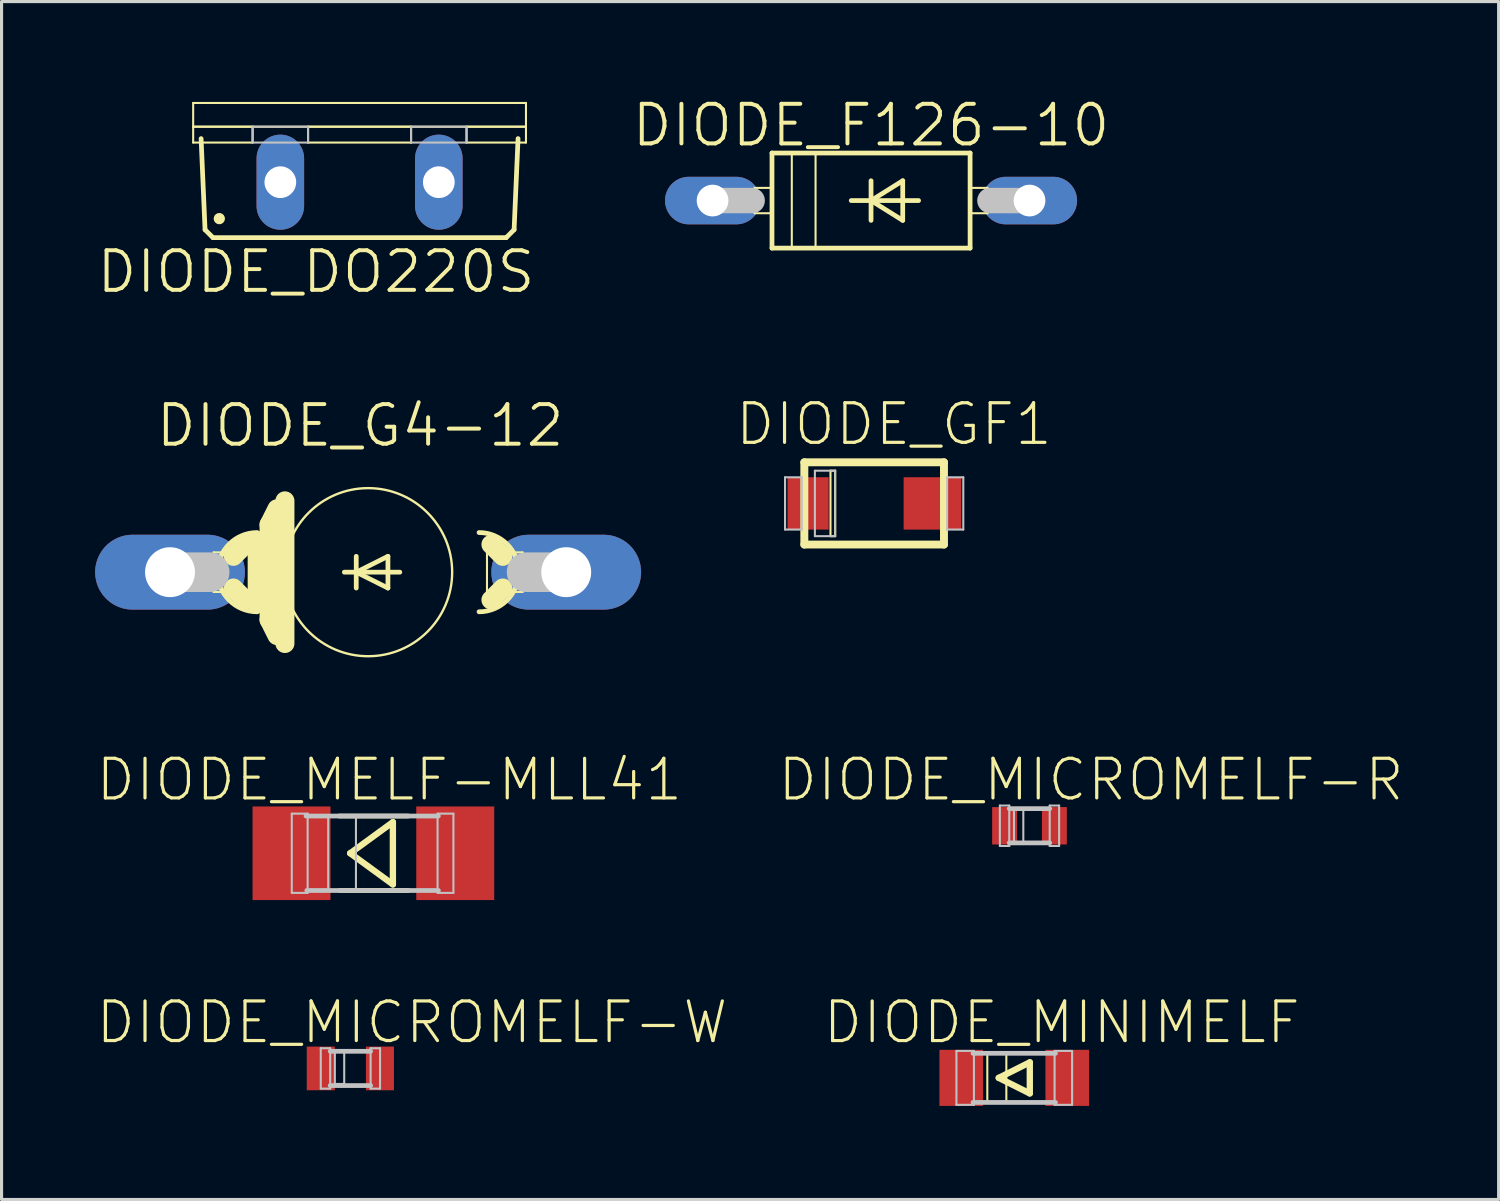
<source format=kicad_pcb>
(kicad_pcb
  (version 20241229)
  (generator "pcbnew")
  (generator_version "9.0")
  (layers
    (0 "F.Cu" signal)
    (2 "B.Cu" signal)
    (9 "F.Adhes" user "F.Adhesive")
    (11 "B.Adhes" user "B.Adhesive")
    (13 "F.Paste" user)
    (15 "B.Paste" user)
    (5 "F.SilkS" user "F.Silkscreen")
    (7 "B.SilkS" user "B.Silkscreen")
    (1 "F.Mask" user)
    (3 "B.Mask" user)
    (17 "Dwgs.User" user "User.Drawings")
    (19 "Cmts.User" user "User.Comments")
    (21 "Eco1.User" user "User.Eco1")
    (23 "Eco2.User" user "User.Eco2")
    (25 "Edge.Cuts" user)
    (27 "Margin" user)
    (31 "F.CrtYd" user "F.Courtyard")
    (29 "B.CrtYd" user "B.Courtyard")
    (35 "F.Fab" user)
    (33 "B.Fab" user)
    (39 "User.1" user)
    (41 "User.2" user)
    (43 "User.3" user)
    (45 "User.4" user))
  (footprint "DIODE_MICROMELF-R"
    (layer "F.Cu")
    (at 29.95 23.42)
    (property "Reference" "DIODE_MICROMELF-R" (at 1.974 -1.476 0) (layer "F.SilkS") (effects (font (size 1.27 1.27) (thickness 0.102))))
    (attr smd)
    (fp_line (start -0.95 -0.648) (end -0.648 -0.648) (stroke (width 0.066) (type solid)) (layer "Dwgs.User"))
    (fp_line (start -0.95 0.648) (end -0.95 -0.648) (stroke (width 0.066) (type solid)) (layer "Dwgs.User"))
    (fp_line (start -0.95 0.648) (end -0.648 0.648) (stroke (width 0.066) (type solid)) (layer "Dwgs.User"))
    (fp_line (start -0.648 -0.549) (end 0.648 -0.549) (stroke (width 0.152) (type solid)) (layer "Dwgs.User"))
    (fp_line (start -0.648 0.549) (end 0.648 0.549) (stroke (width 0.152) (type solid)) (layer "Dwgs.User"))
    (fp_line (start -0.648 0.648) (end -0.648 -0.648) (stroke (width 0.066) (type solid)) (layer "Dwgs.User"))
    (fp_line (start -0.498 -0.549) (end -0.198 -0.549) (stroke (width 0.066) (type solid)) (layer "Dwgs.User"))
    (fp_line (start -0.498 0.549) (end -0.498 -0.549) (stroke (width 0.066) (type solid)) (layer "Dwgs.User"))
    (fp_line (start -0.498 0.549) (end -0.198 0.549) (stroke (width 0.066) (type solid)) (layer "Dwgs.User"))
    (fp_line (start -0.198 0.549) (end -0.198 -0.549) (stroke (width 0.066) (type solid)) (layer "Dwgs.User"))
    (fp_line (start 0.648 -0.648) (end 0.95 -0.648) (stroke (width 0.066) (type solid)) (layer "Dwgs.User"))
    (fp_line (start 0.648 0.648) (end 0.648 -0.648) (stroke (width 0.066) (type solid)) (layer "Dwgs.User"))
    (fp_line (start 0.648 0.648) (end 0.95 0.648) (stroke (width 0.066) (type solid)) (layer "Dwgs.User"))
    (fp_line (start 0.95 0.648) (end 0.95 -0.648) (stroke (width 0.066) (type solid)) (layer "Dwgs.User"))
    (pad "A" smd rect (at 0.798 0) (size 0.798 1.199) (layers "F.Cu" "F.Mask" "F.Paste"))
    (pad "C" smd rect (at -0.798 0) (size 0.798 1.199) (layers "F.Cu" "F.Mask" "F.Paste")))
  (footprint "DIODE_F126-10"
    (layer "F.Cu")
    (at 24.871 3.379)
    (property "Reference" "DIODE_F126-10" (at 0 -2.413 0) (layer "F.SilkS") (effects (font (size 1.27 1.27) (thickness 0.127))))
    (attr exclude_from_pos_files exclude_from_bom)
    (fp_line (start -3.734 -0.406) (end -3.175 -0.406) (stroke (width 0.066) (type solid)) (layer "F.SilkS"))
    (fp_line (start -3.734 0.406) (end -3.734 -0.406) (stroke (width 0.066) (type solid)) (layer "F.SilkS"))
    (fp_line (start -3.734 0.406) (end -3.175 0.406) (stroke (width 0.066) (type solid)) (layer "F.SilkS"))
    (fp_line (start -3.175 -1.524) (end -3.175 1.524) (stroke (width 0.152) (type solid)) (layer "F.SilkS"))
    (fp_line (start -3.175 0.406) (end -3.175 -0.406) (stroke (width 0.066) (type solid)) (layer "F.SilkS"))
    (fp_line (start -3.175 1.524) (end 3.175 1.524) (stroke (width 0.152) (type solid)) (layer "F.SilkS"))
    (fp_line (start -2.54 -1.524) (end -1.778 -1.524) (stroke (width 0.066) (type solid)) (layer "F.SilkS"))
    (fp_line (start -2.54 1.524) (end -2.54 -1.524) (stroke (width 0.066) (type solid)) (layer "F.SilkS"))
    (fp_line (start -2.54 1.524) (end -1.778 1.524) (stroke (width 0.066) (type solid)) (layer "F.SilkS"))
    (fp_line (start -1.778 1.524) (end -1.778 -1.524) (stroke (width 0.066) (type solid)) (layer "F.SilkS"))
    (fp_line (start -0.635 0) (end 0 0) (stroke (width 0.152) (type solid)) (layer "F.SilkS"))
    (fp_line (start 0 -0.635) (end 0 0) (stroke (width 0.152) (type solid)) (layer "F.SilkS"))
    (fp_line (start 0 0) (end 0 0.635) (stroke (width 0.152) (type solid)) (layer "F.SilkS"))
    (fp_line (start 0 0) (end 1.016 -0.635) (stroke (width 0.152) (type solid)) (layer "F.SilkS"))
    (fp_line (start 0 0) (end 1.524 0) (stroke (width 0.152) (type solid)) (layer "F.SilkS"))
    (fp_line (start 1.016 -0.635) (end 1.016 0.635) (stroke (width 0.152) (type solid)) (layer "F.SilkS"))
    (fp_line (start 1.016 0.635) (end 0 0) (stroke (width 0.152) (type solid)) (layer "F.SilkS"))
    (fp_line (start 3.175 -1.524) (end -3.175 -1.524) (stroke (width 0.152) (type solid)) (layer "F.SilkS"))
    (fp_line (start 3.175 -0.406) (end 3.734 -0.406) (stroke (width 0.066) (type solid)) (layer "F.SilkS"))
    (fp_line (start 3.175 0.406) (end 3.175 -0.406) (stroke (width 0.066) (type solid)) (layer "F.SilkS"))
    (fp_line (start 3.175 0.406) (end 3.734 0.406) (stroke (width 0.066) (type solid)) (layer "F.SilkS"))
    (fp_line (start 3.175 1.524) (end 3.175 -1.524) (stroke (width 0.152) (type solid)) (layer "F.SilkS"))
    (fp_line (start 3.734 0.406) (end 3.734 -0.406) (stroke (width 0.066) (type solid)) (layer "F.SilkS"))
    (fp_line (start -5.08 0) (end -3.81 0) (stroke (width 0.813) (type solid)) (layer "Dwgs.User"))
    (fp_line (start 5.08 0) (end 3.81 0) (stroke (width 0.813) (type solid)) (layer "Dwgs.User"))
    (pad "A" thru_hole oval (at 5.08 0 90) (size 1.524 3.048) (drill 1.016) (layers "*.Cu" "*.Paste" "*.Mask"))
    (pad "C" thru_hole oval (at -5.08 0 90) (size 1.524 3.048) (drill 1.016) (layers "*.Cu" "*.Paste" "*.Mask")))
  (footprint "DIODE_G4-12"
    (layer "F.Cu")
    (at 8.75 15.291)
    (property "Reference" "DIODE_G4-12" (at -0.254 -4.699 0) (layer "F.SilkS") (effects (font (size 1.27 1.27) (thickness 0.127))))
    (attr exclude_from_pos_files exclude_from_bom)
    (fp_line (start -4.953 -0.635) (end -3.81 -0.635) (stroke (width 0.066) (type solid)) (layer "F.SilkS"))
    (fp_line (start -4.953 0.635) (end -4.953 -0.635) (stroke (width 0.066) (type solid)) (layer "F.SilkS"))
    (fp_line (start -4.953 0.635) (end -3.81 0.635) (stroke (width 0.066) (type solid)) (layer "F.SilkS"))
    (fp_line (start -4.318 -0.508) (end -3.937 -0.889) (stroke (width 0.61) (type solid)) (layer "F.SilkS"))
    (fp_line (start -4.318 0.508) (end -3.937 0.889) (stroke (width 0.61) (type solid)) (layer "F.SilkS"))
    (fp_line (start -3.81 0.635) (end -3.81 -0.635) (stroke (width 0.066) (type solid)) (layer "F.SilkS"))
    (fp_line (start -3.556 -1.016) (end -3.556 1.016) (stroke (width 0.61) (type solid)) (layer "F.SilkS"))
    (fp_line (start -3.175 -1.524) (end -3.175 1.524) (stroke (width 0.61) (type solid)) (layer "F.SilkS"))
    (fp_line (start -3.175 1.524) (end -2.921 2.032) (stroke (width 0.61) (type solid)) (layer "F.SilkS"))
    (fp_line (start -2.921 -2.032) (end -3.175 -1.524) (stroke (width 0.61) (type solid)) (layer "F.SilkS"))
    (fp_line (start -2.667 2.286) (end -2.667 -2.286) (stroke (width 0.61) (type solid)) (layer "F.SilkS"))
    (fp_line (start -0.762 0) (end -0.381 0) (stroke (width 0.152) (type solid)) (layer "F.SilkS"))
    (fp_line (start -0.381 -0.508) (end -0.381 0) (stroke (width 0.152) (type solid)) (layer "F.SilkS"))
    (fp_line (start -0.381 0) (end -0.381 0.508) (stroke (width 0.152) (type solid)) (layer "F.SilkS"))
    (fp_line (start -0.381 0) (end 0.635 -0.508) (stroke (width 0.152) (type solid)) (layer "F.SilkS"))
    (fp_line (start -0.381 0) (end 1.016 0) (stroke (width 0.152) (type solid)) (layer "F.SilkS"))
    (fp_line (start 0.635 -0.508) (end 0.635 0.508) (stroke (width 0.152) (type solid)) (layer "F.SilkS"))
    (fp_line (start 0.635 0.508) (end -0.381 0) (stroke (width 0.152) (type solid)) (layer "F.SilkS"))
    (fp_line (start 3.81 -0.635) (end 4.953 -0.635) (stroke (width 0.066) (type solid)) (layer "F.SilkS"))
    (fp_line (start 3.81 0.635) (end 3.81 -0.635) (stroke (width 0.066) (type solid)) (layer "F.SilkS"))
    (fp_line (start 3.81 0.635) (end 4.953 0.635) (stroke (width 0.066) (type solid)) (layer "F.SilkS"))
    (fp_line (start 3.937 -0.889) (end 4.318 -0.508) (stroke (width 0.61) (type solid)) (layer "F.SilkS"))
    (fp_line (start 4.318 0.508) (end 3.937 0.889) (stroke (width 0.61) (type solid)) (layer "F.SilkS"))
    (fp_line (start 4.953 0.635) (end 4.953 -0.635) (stroke (width 0.066) (type solid)) (layer "F.SilkS"))
    (fp_arc (start -3.556 1.27) (mid -4.826 0) (end -3.556 -1.27) (stroke (width 0.1524) (type solid)) (layer "F.SilkS"))
    (fp_arc (start 3.556 -1.27) (mid 4.826 0) (end 3.556 1.27) (stroke (width 0.1524) (type solid)) (layer "F.SilkS"))
    (fp_circle (center 0 0) (end -1.905 1.905) (stroke (width 0.076) (type solid)) (fill no) (layer "F.SilkS"))
    (fp_line (start -6.35 0) (end -5.08 0) (stroke (width 1.27) (type solid)) (layer "Dwgs.User"))
    (fp_line (start 6.35 0) (end 5.08 0) (stroke (width 1.27) (type solid)) (layer "Dwgs.User"))
    (pad "A" thru_hole oval (at 6.35 0 90) (size 2.4 4.801) (drill 1.6) (layers "*.Cu" "*.Paste" "*.Mask"))
    (pad "C" thru_hole oval (at -6.35 0 90) (size 2.4 4.801) (drill 1.6) (layers "*.Cu" "*.Paste" "*.Mask")))
  (footprint "DIODE_GF1"
    (layer "F.Cu")
    (at 24.971 13.087)
    (property "Reference" "DIODE_GF1" (at 0.635 -2.54 0) (layer "F.SilkS") (effects (font (size 1.27 1.27) (thickness 0.102))))
    (attr smd)
    (fp_line (start -2.238 -1.318) (end 2.238 -1.318) (stroke (width 0.254) (type solid)) (layer "F.SilkS"))
    (fp_line (start -2.238 1.318) (end -2.238 -1.318) (stroke (width 0.254) (type solid)) (layer "F.SilkS"))
    (fp_line (start -1.4 -1.049) (end -1.25 -1.049) (stroke (width 0.066) (type solid)) (layer "F.SilkS"))
    (fp_line (start -1.4 1.049) (end -1.4 -1.049) (stroke (width 0.066) (type solid)) (layer "F.SilkS"))
    (fp_line (start -1.4 1.049) (end -1.25 1.049) (stroke (width 0.066) (type solid)) (layer "F.SilkS"))
    (fp_line (start -1.25 1.049) (end -1.25 -1.049) (stroke (width 0.066) (type solid)) (layer "F.SilkS"))
    (fp_line (start 2.238 -1.318) (end 2.238 1.318) (stroke (width 0.254) (type solid)) (layer "F.SilkS"))
    (fp_line (start 2.238 1.318) (end -2.238 1.318) (stroke (width 0.254) (type solid)) (layer "F.SilkS"))
    (fp_line (start -2.857 -0.838) (end -2.319 -0.838) (stroke (width 0.066) (type solid)) (layer "Dwgs.User"))
    (fp_line (start -2.857 0.838) (end -2.857 -0.838) (stroke (width 0.066) (type solid)) (layer "Dwgs.User"))
    (fp_line (start -2.857 0.838) (end -2.319 0.838) (stroke (width 0.066) (type solid)) (layer "Dwgs.User"))
    (fp_line (start -2.319 0.838) (end -2.319 -0.838) (stroke (width 0.066) (type solid)) (layer "Dwgs.User"))
    (fp_line (start -1.9 -1.049) (end -1.25 -1.049) (stroke (width 0.066) (type solid)) (layer "Dwgs.User"))
    (fp_line (start -1.9 1.049) (end -1.9 -1.049) (stroke (width 0.066) (type solid)) (layer "Dwgs.User"))
    (fp_line (start -1.9 1.049) (end -1.25 1.049) (stroke (width 0.066) (type solid)) (layer "Dwgs.User"))
    (fp_line (start -1.25 1.049) (end -1.25 -1.049) (stroke (width 0.066) (type solid)) (layer "Dwgs.User"))
    (fp_line (start 2.339 -0.838) (end 2.857 -0.838) (stroke (width 0.066) (type solid)) (layer "Dwgs.User"))
    (fp_line (start 2.339 0.838) (end 2.339 -0.838) (stroke (width 0.066) (type solid)) (layer "Dwgs.User"))
    (fp_line (start 2.339 0.838) (end 2.857 0.838) (stroke (width 0.066) (type solid)) (layer "Dwgs.User"))
    (fp_line (start 2.857 0.838) (end 2.857 -0.838) (stroke (width 0.066) (type solid)) (layer "Dwgs.User"))
    (pad "A" smd rect (at 1.869 0) (size 1.849 1.679) (layers "F.Cu" "F.Mask" "F.Paste"))
    (pad "C" smd rect (at -2.118 0) (size 1.318 1.679) (layers "F.Cu" "F.Mask" "F.Paste")))
  (footprint "DIODE_MELF-MLL41"
    (layer "F.Cu")
    (at 8.919 24.301)
    (property "Reference" "DIODE_MELF-MLL41" (at 0.511 -2.357 0) (layer "F.SilkS") (effects (font (size 1.27 1.27) (thickness 0.102))))
    (attr smd)
    (fp_line (start -0.744 0) (end 0.625 0.998) (stroke (width 0.203) (type solid)) (layer "F.SilkS"))
    (fp_line (start 0.625 -0.998) (end -0.744 0) (stroke (width 0.203) (type solid)) (layer "F.SilkS"))
    (fp_line (start 0.625 0.998) (end 0.625 -0.998) (stroke (width 0.203) (type solid)) (layer "F.SilkS"))
    (fp_line (start 1.12 -1.194) (end -1.095 -1.194) (stroke (width 0.152) (type solid)) (layer "F.SilkS"))
    (fp_line (start 1.12 1.194) (end -1.069 1.194) (stroke (width 0.152) (type solid)) (layer "F.SilkS"))
    (fp_line (start -2.616 -1.27) (end -2.108 -1.27) (stroke (width 0.066) (type solid)) (layer "Dwgs.User"))
    (fp_line (start -2.616 1.27) (end -2.616 -1.27) (stroke (width 0.066) (type solid)) (layer "Dwgs.User"))
    (fp_line (start -2.616 1.27) (end -2.108 1.27) (stroke (width 0.066) (type solid)) (layer "Dwgs.User"))
    (fp_line (start -2.108 1.27) (end -2.108 -1.27) (stroke (width 0.066) (type solid)) (layer "Dwgs.User"))
    (fp_line (start -1.448 -1.194) (end -0.559 -1.194) (stroke (width 0.066) (type solid)) (layer "Dwgs.User"))
    (fp_line (start -1.448 1.194) (end -1.448 -1.194) (stroke (width 0.066) (type solid)) (layer "Dwgs.User"))
    (fp_line (start -1.448 1.194) (end -0.559 1.194) (stroke (width 0.066) (type solid)) (layer "Dwgs.User"))
    (fp_line (start -0.559 1.194) (end -0.559 -1.194) (stroke (width 0.066) (type solid)) (layer "Dwgs.User"))
    (fp_line (start 2.057 -1.27) (end 2.565 -1.27) (stroke (width 0.066) (type solid)) (layer "Dwgs.User"))
    (fp_line (start 2.057 1.27) (end 2.057 -1.27) (stroke (width 0.066) (type solid)) (layer "Dwgs.User"))
    (fp_line (start 2.057 1.27) (end 2.565 1.27) (stroke (width 0.066) (type solid)) (layer "Dwgs.User"))
    (fp_line (start 2.083 -1.194) (end -2.159 -1.194) (stroke (width 0.152) (type solid)) (layer "Dwgs.User"))
    (fp_line (start 2.083 1.194) (end -2.134 1.194) (stroke (width 0.152) (type solid)) (layer "Dwgs.User"))
    (fp_line (start 2.565 1.27) (end 2.565 -1.27) (stroke (width 0.066) (type solid)) (layer "Dwgs.User"))
    (pad "A" smd rect (at 2.624 0) (size 2.499 3) (layers "F.Cu" "F.Mask" "F.Paste"))
    (pad "C" smd rect (at -2.624 0) (size 2.499 3) (layers "F.Cu" "F.Mask" "F.Paste")))
  (footprint "DIODE_MINIMELF"
    (layer "F.Cu")
    (at 29.462 31.501)
    (property "Reference" "DIODE_MINIMELF" (at 1.524 -1.778 0) (layer "F.SilkS") (effects (font (size 1.27 1.27) (thickness 0.102))))
    (attr smd)
    (fp_line (start -0.864 -0.787) (end -0.254 -0.787) (stroke (width 0.066) (type solid)) (layer "F.SilkS"))
    (fp_line (start -0.864 0.787) (end -0.864 -0.787) (stroke (width 0.066) (type solid)) (layer "F.SilkS"))
    (fp_line (start -0.864 0.787) (end -0.254 0.787) (stroke (width 0.066) (type solid)) (layer "F.SilkS"))
    (fp_line (start -0.498 0) (end 0.498 0.498) (stroke (width 0.203) (type solid)) (layer "F.SilkS"))
    (fp_line (start -0.254 0.787) (end -0.254 -0.787) (stroke (width 0.066) (type solid)) (layer "F.SilkS"))
    (fp_line (start 0.498 -0.498) (end -0.498 0) (stroke (width 0.203) (type solid)) (layer "F.SilkS"))
    (fp_line (start 0.498 0.498) (end 0.498 -0.498) (stroke (width 0.203) (type solid)) (layer "F.SilkS"))
    (fp_line (start -1.854 -0.864) (end -1.293 -0.864) (stroke (width 0.066) (type solid)) (layer "Dwgs.User"))
    (fp_line (start -1.854 0.864) (end -1.854 -0.864) (stroke (width 0.066) (type solid)) (layer "Dwgs.User"))
    (fp_line (start -1.854 0.864) (end -1.293 0.864) (stroke (width 0.066) (type solid)) (layer "Dwgs.User"))
    (fp_line (start -1.293 0.864) (end -1.293 -0.864) (stroke (width 0.066) (type solid)) (layer "Dwgs.User"))
    (fp_line (start 1.293 -0.864) (end 1.854 -0.864) (stroke (width 0.066) (type solid)) (layer "Dwgs.User"))
    (fp_line (start 1.293 0.864) (end 1.293 -0.864) (stroke (width 0.066) (type solid)) (layer "Dwgs.User"))
    (fp_line (start 1.293 0.864) (end 1.854 0.864) (stroke (width 0.066) (type solid)) (layer "Dwgs.User"))
    (fp_line (start 1.321 -0.787) (end -1.321 -0.787) (stroke (width 0.152) (type solid)) (layer "Dwgs.User"))
    (fp_line (start 1.321 0.787) (end -1.321 0.787) (stroke (width 0.152) (type solid)) (layer "Dwgs.User"))
    (fp_line (start 1.854 0.864) (end 1.854 -0.864) (stroke (width 0.066) (type solid)) (layer "Dwgs.User"))
    (pad "A" smd rect (at 1.699 0) (size 1.4 1.798) (layers "F.Cu" "F.Mask" "F.Paste"))
    (pad "C" smd rect (at -1.699 0) (size 1.4 1.798) (layers "F.Cu" "F.Mask" "F.Paste")))
  (footprint "DIODE_MICROMELF-W"
    (layer "F.Cu")
    (at 8.182 31.198)
    (property "Reference" "DIODE_MICROMELF-W" (at 1.974 -1.476 0) (layer "F.SilkS") (effects (font (size 1.27 1.27) (thickness 0.102))))
    (attr smd)
    (fp_line (start -0.95 -0.648) (end -0.648 -0.648) (stroke (width 0.066) (type solid)) (layer "Dwgs.User"))
    (fp_line (start -0.95 0.648) (end -0.95 -0.648) (stroke (width 0.066) (type solid)) (layer "Dwgs.User"))
    (fp_line (start -0.95 0.648) (end -0.648 0.648) (stroke (width 0.066) (type solid)) (layer "Dwgs.User"))
    (fp_line (start -0.648 -0.549) (end 0.648 -0.549) (stroke (width 0.152) (type solid)) (layer "Dwgs.User"))
    (fp_line (start -0.648 0.549) (end 0.648 0.549) (stroke (width 0.152) (type solid)) (layer "Dwgs.User"))
    (fp_line (start -0.648 0.648) (end -0.648 -0.648) (stroke (width 0.066) (type solid)) (layer "Dwgs.User"))
    (fp_line (start -0.498 -0.549) (end -0.198 -0.549) (stroke (width 0.066) (type solid)) (layer "Dwgs.User"))
    (fp_line (start -0.498 0.498) (end -0.498 -0.549) (stroke (width 0.066) (type solid)) (layer "Dwgs.User"))
    (fp_line (start -0.498 0.498) (end -0.198 0.498) (stroke (width 0.066) (type solid)) (layer "Dwgs.User"))
    (fp_line (start -0.198 0.498) (end -0.198 -0.549) (stroke (width 0.066) (type solid)) (layer "Dwgs.User"))
    (fp_line (start 0.648 -0.648) (end 0.95 -0.648) (stroke (width 0.066) (type solid)) (layer "Dwgs.User"))
    (fp_line (start 0.648 0.648) (end 0.648 -0.648) (stroke (width 0.066) (type solid)) (layer "Dwgs.User"))
    (fp_line (start 0.648 0.648) (end 0.95 0.648) (stroke (width 0.066) (type solid)) (layer "Dwgs.User"))
    (fp_line (start 0.95 0.648) (end 0.95 -0.648) (stroke (width 0.066) (type solid)) (layer "Dwgs.User"))
    (pad "A" smd rect (at 0.947 0) (size 0.899 1.4) (layers "F.Cu" "F.Mask" "F.Paste"))
    (pad "C" smd rect (at -0.95 0) (size 0.899 1.4) (layers "F.Cu" "F.Mask" "F.Paste")))
  (footprint "DIODE_DO220S"
    (layer "F.Cu")
    (at 8.476 0.25)
    (property "Reference" "DIODE_DO220S" (at -1.397 5.41 0) (layer "F.SilkS") (effects (font (size 1.27 1.27) (thickness 0.127))))
    (attr exclude_from_pos_files exclude_from_bom)
    (fp_line (start -5.334 0) (end 5.334 0) (stroke (width 0.066) (type solid)) (layer "F.SilkS"))
    (fp_line (start -5.334 0.762) (end -5.334 0) (stroke (width 0.066) (type solid)) (layer "F.SilkS"))
    (fp_line (start -5.334 0.762) (end -3.429 0.762) (stroke (width 0.066) (type solid)) (layer "F.SilkS"))
    (fp_line (start -5.334 0.762) (end 5.334 0.762) (stroke (width 0.066) (type solid)) (layer "F.SilkS"))
    (fp_line (start -5.334 1.27) (end -5.334 0.762) (stroke (width 0.066) (type solid)) (layer "F.SilkS"))
    (fp_line (start -5.334 1.27) (end -3.429 1.27) (stroke (width 0.066) (type solid)) (layer "F.SilkS"))
    (fp_line (start -4.953 4.064) (end -5.08 1.143) (stroke (width 0.152) (type solid)) (layer "F.SilkS"))
    (fp_line (start -4.953 4.064) (end -4.699 4.318) (stroke (width 0.152) (type solid)) (layer "F.SilkS"))
    (fp_line (start -3.429 1.27) (end -3.429 0.762) (stroke (width 0.066) (type solid)) (layer "F.SilkS"))
    (fp_line (start -1.651 0.762) (end 1.651 0.762) (stroke (width 0.066) (type solid)) (layer "F.SilkS"))
    (fp_line (start -1.651 1.27) (end -1.651 0.762) (stroke (width 0.066) (type solid)) (layer "F.SilkS"))
    (fp_line (start -1.651 1.27) (end 1.651 1.27) (stroke (width 0.066) (type solid)) (layer "F.SilkS"))
    (fp_line (start 1.651 1.27) (end 1.651 0.762) (stroke (width 0.066) (type solid)) (layer "F.SilkS"))
    (fp_line (start 3.429 0.762) (end 5.334 0.762) (stroke (width 0.066) (type solid)) (layer "F.SilkS"))
    (fp_line (start 3.429 1.27) (end 3.429 0.762) (stroke (width 0.066) (type solid)) (layer "F.SilkS"))
    (fp_line (start 3.429 1.27) (end 5.334 1.27) (stroke (width 0.066) (type solid)) (layer "F.SilkS"))
    (fp_line (start 4.699 4.318) (end -4.699 4.318) (stroke (width 0.152) (type solid)) (layer "F.SilkS"))
    (fp_line (start 4.699 4.318) (end 4.953 4.064) (stroke (width 0.152) (type solid)) (layer "F.SilkS"))
    (fp_line (start 5.08 1.143) (end 4.953 4.064) (stroke (width 0.152) (type solid)) (layer "F.SilkS"))
    (fp_line (start 5.334 0.762) (end 5.334 0) (stroke (width 0.066) (type solid)) (layer "F.SilkS"))
    (fp_line (start 5.334 1.27) (end 5.334 0.762) (stroke (width 0.066) (type solid)) (layer "F.SilkS"))
    (fp_circle (center -4.496 3.708) (end -4.623 3.835) (stroke (width 0) (type solid)) (fill yes) (layer "F.SilkS"))
    (fp_line (start -3.429 0.762) (end -1.651 0.762) (stroke (width 0.066) (type solid)) (layer "Dwgs.User"))
    (fp_line (start -3.429 1.27) (end -3.429 0.762) (stroke (width 0.066) (type solid)) (layer "Dwgs.User"))
    (fp_line (start -3.429 1.27) (end -1.651 1.27) (stroke (width 0.066) (type solid)) (layer "Dwgs.User"))
    (fp_line (start -1.651 1.27) (end -1.651 0.762) (stroke (width 0.066) (type solid)) (layer "Dwgs.User"))
    (fp_line (start 1.651 0.762) (end 3.429 0.762) (stroke (width 0.066) (type solid)) (layer "Dwgs.User"))
    (fp_line (start 1.651 1.27) (end 1.651 0.762) (stroke (width 0.066) (type solid)) (layer "Dwgs.User"))
    (fp_line (start 1.651 1.27) (end 3.429 1.27) (stroke (width 0.066) (type solid)) (layer "Dwgs.User"))
    (fp_line (start 3.429 1.27) (end 3.429 0.762) (stroke (width 0.066) (type solid)) (layer "Dwgs.User"))
    (pad "A" thru_hole oval (at 2.54 2.54 180) (size 1.524 3.048) (drill 1.016) (layers "*.Cu" "*.Paste" "*.Mask"))
    (pad "C" thru_hole oval (at -2.54 2.54 180) (size 1.524 3.048) (drill 1.016) (layers "*.Cu" "*.Paste" "*.Mask")))
  (gr_rect
    (start -3 -3)
    (end 44.988 35.4)
    (stroke (width 0.1) (type default))
    (fill no)
    (layer "Edge.Cuts")))
</source>
